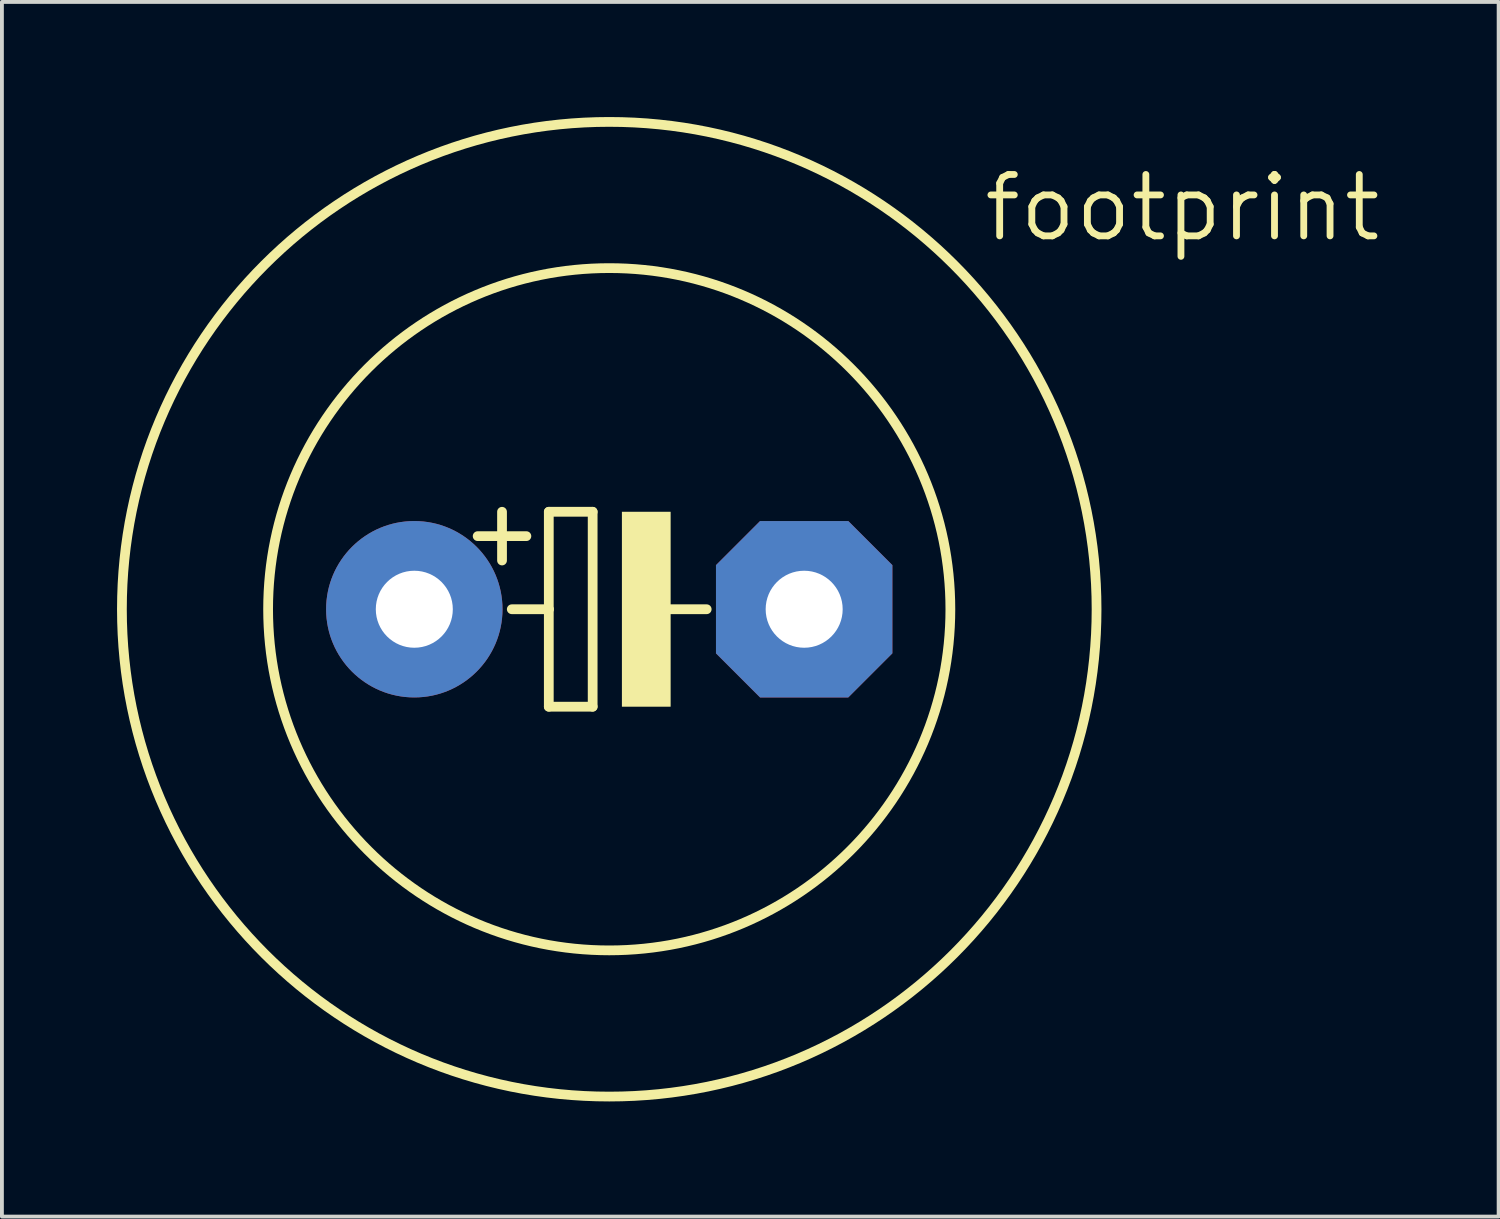
<source format=kicad_pcb>
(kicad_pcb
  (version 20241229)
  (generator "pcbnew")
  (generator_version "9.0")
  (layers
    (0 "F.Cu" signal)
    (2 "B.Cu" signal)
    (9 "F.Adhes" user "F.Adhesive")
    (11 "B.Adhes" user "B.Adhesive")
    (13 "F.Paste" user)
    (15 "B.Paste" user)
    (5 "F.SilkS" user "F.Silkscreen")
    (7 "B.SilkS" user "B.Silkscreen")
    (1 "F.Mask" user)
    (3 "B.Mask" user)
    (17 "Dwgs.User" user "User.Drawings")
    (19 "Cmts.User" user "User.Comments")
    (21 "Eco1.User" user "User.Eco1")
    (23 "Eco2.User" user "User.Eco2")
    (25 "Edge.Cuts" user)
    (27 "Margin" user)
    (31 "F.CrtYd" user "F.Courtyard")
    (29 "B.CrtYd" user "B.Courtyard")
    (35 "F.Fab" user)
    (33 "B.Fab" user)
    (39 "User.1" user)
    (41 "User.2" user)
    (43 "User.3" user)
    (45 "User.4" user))
  (footprint "footprint"
    (layer "F.Cu")
    (at 12.827 12.827)
    (property "Reference" "footprint" (at 9.677 -9.525 0) (layer "F.SilkS") (effects (font (size 1.6 1.6) (thickness 0.178)) (justify left bottom)))
    (fp_line (start -2.794 -2.54) (end -2.794 -1.27) (stroke (width 0.254) (type solid)) (layer "F.SilkS"))
    (fp_line (start -2.54 0) (end -1.575 0) (stroke (width 0.254) (type solid)) (layer "F.SilkS"))
    (fp_line (start -2.159 -1.905) (end -3.429 -1.905) (stroke (width 0.254) (type solid)) (layer "F.SilkS"))
    (fp_line (start -1.575 -2.54) (end -0.432 -2.54) (stroke (width 0.254) (type solid)) (layer "F.SilkS"))
    (fp_line (start -1.575 0) (end -1.575 -2.54) (stroke (width 0.254) (type solid)) (layer "F.SilkS"))
    (fp_line (start -1.575 2.54) (end -1.575 0) (stroke (width 0.254) (type solid)) (layer "F.SilkS"))
    (fp_line (start -0.432 -2.54) (end -0.432 2.54) (stroke (width 0.254) (type solid)) (layer "F.SilkS"))
    (fp_line (start -0.432 2.54) (end -1.575 2.54) (stroke (width 0.254) (type solid)) (layer "F.SilkS"))
    (fp_line (start 0.635 0) (end 2.54 0) (stroke (width 0.254) (type solid)) (layer "F.SilkS"))
    (fp_circle (center 0 0) (end 8.89 0) (stroke (width 0.254) (type solid)) (fill no) (layer "F.SilkS"))
    (fp_circle (center 0 0) (end 12.7 0) (stroke (width 0.254) (type solid)) (fill no) (layer "F.SilkS"))
    (fp_poly (pts (xy 0.33 2.54) (xy 1.6 2.54) (xy 1.6 -2.54) (xy 0.33 -2.54)) (stroke (width 0) (type solid)) (fill yes) (layer "F.SilkS"))
    (pad "+" thru_hole circle (at -5.08 0) (size 4.597 4.597) (drill 2.007) (layers "*.Cu" "*.Mask"))
    (pad "-" thru_hole roundrect (at 5.08 0) (size 4.597 4.597) (drill 2.007) (layers "*.Cu" "*.Mask") (roundrect_rratio 0.25) (chamfer_ratio 0.25) (chamfer top_left top_right bottom_left bottom_right)))
  (gr_rect
    (start -3 -3)
    (end 36.005 28.654)
    (stroke (width 0.1) (type default))
    (fill no)
    (layer "Edge.Cuts")))
</source>
